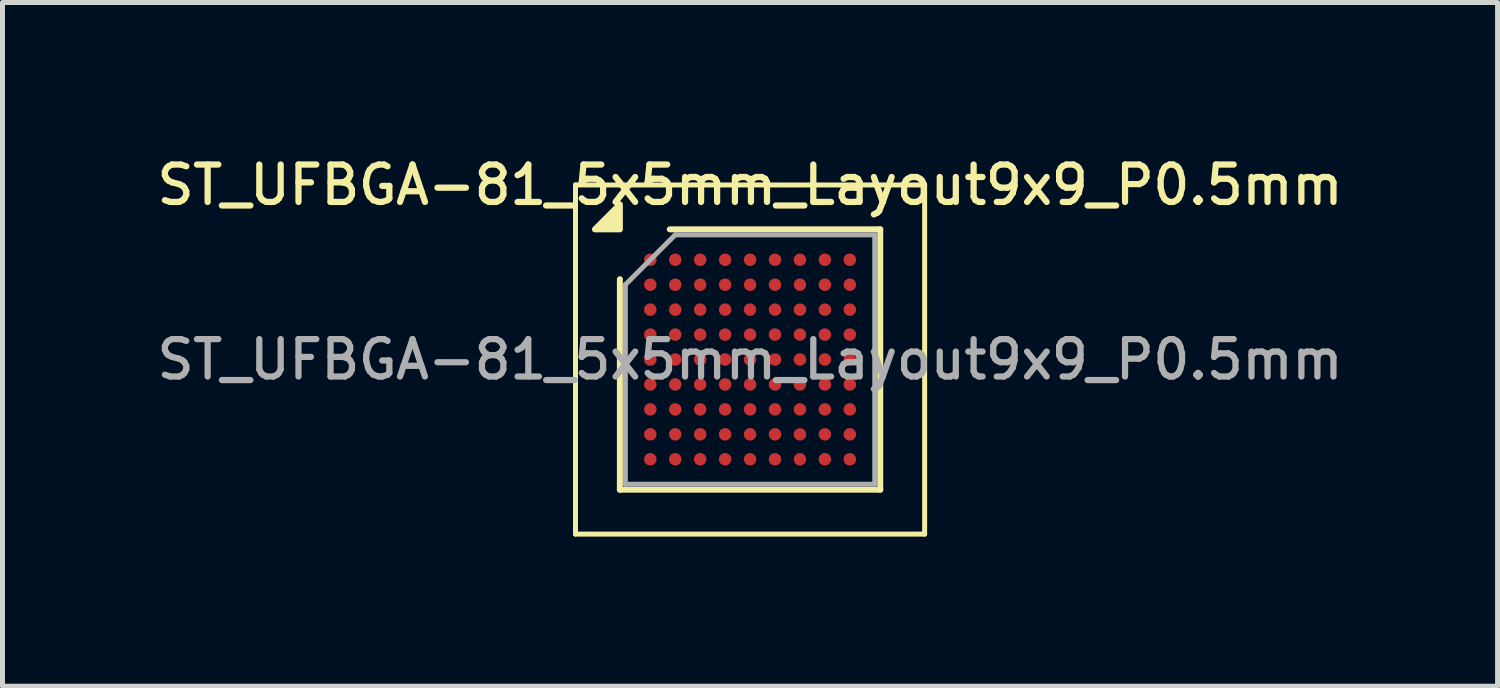
<source format=kicad_pcb>
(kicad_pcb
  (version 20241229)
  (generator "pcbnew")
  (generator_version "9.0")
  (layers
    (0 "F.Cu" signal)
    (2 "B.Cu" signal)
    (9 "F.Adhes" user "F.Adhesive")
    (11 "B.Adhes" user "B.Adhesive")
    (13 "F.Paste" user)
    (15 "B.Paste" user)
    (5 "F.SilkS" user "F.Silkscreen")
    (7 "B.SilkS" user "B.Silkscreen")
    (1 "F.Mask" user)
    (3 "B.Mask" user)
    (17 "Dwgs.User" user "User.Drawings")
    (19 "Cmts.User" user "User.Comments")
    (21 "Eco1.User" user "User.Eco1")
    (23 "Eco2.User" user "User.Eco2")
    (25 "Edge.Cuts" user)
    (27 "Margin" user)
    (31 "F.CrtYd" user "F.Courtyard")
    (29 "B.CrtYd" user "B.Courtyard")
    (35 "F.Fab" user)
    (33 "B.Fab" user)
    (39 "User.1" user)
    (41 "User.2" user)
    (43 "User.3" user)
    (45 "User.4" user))
  (footprint "ST_UFBGA-81_5x5mm_Layout9x9_P0.5mm"
    (layer "F.Cu")
    (at 11.988 4.158)
    (property "Reference" "ST_UFBGA-81_5x5mm_Layout9x9_P0.5mm" (at 0 -3.5 0) (layer "F.SilkS") (effects (font (size 0.75 0.75) (thickness 0.125))))
    (attr smd)
    (fp_line (start -3.5 -3.5) (end -3.5 3.5) (stroke (width 0.1) (type solid)) (layer "F.SilkS"))
    (fp_line (start -3.5 3.5) (end 3.5 3.5) (stroke (width 0.1) (type solid)) (layer "F.SilkS"))
    (fp_line (start -2.61 2.61) (end -2.61 -1.61) (stroke (width 0.12) (type solid)) (layer "F.SilkS"))
    (fp_line (start -1.61 -2.61) (end 2.61 -2.61) (stroke (width 0.12) (type solid)) (layer "F.SilkS"))
    (fp_line (start 2.61 -2.61) (end 2.61 2.61) (stroke (width 0.12) (type solid)) (layer "F.SilkS"))
    (fp_line (start 2.61 2.61) (end -2.61 2.61) (stroke (width 0.12) (type solid)) (layer "F.SilkS"))
    (fp_line (start 3.5 -3.5) (end -3.5 -3.5) (stroke (width 0.1) (type solid)) (layer "F.SilkS"))
    (fp_line (start 3.5 3.5) (end 3.5 -3.5) (stroke (width 0.1) (type solid)) (layer "F.SilkS"))
    (fp_poly (pts (xy -2.61 -2.61) (xy -3.11 -2.61) (xy -2.61 -3.11) (xy -2.61 -2.61)) (stroke (width 0.12) (type solid)) (fill yes) (layer "F.SilkS"))
    (fp_line (start -2.5 -1.5) (end -1.5 -2.5) (stroke (width 0.1) (type solid)) (layer "F.Fab"))
    (fp_line (start -2.5 2.5) (end -2.5 -1.5) (stroke (width 0.1) (type solid)) (layer "F.Fab"))
    (fp_line (start -1.5 -2.5) (end 2.5 -2.5) (stroke (width 0.1) (type solid)) (layer "F.Fab"))
    (fp_line (start 2.5 -2.5) (end 2.5 2.5) (stroke (width 0.1) (type solid)) (layer "F.Fab"))
    (fp_line (start 2.5 2.5) (end -2.5 2.5) (stroke (width 0.1) (type solid)) (layer "F.Fab"))
    (fp_text user "${REFERENCE}" (at 0 0 0) (layer "F.Fab") (effects (font (size 0.75 0.75) (thickness 0.125))))
    (pad "A1" smd circle (at -2 -2) (size 0.25 0.25) (property pad_prop_bga) (layers "F.Cu" "F.Mask" "F.Paste"))
    (pad "A2" smd circle (at -1.5 -2) (size 0.25 0.25) (property pad_prop_bga) (layers "F.Cu" "F.Mask" "F.Paste"))
    (pad "A3" smd circle (at -1 -2) (size 0.25 0.25) (property pad_prop_bga) (layers "F.Cu" "F.Mask" "F.Paste"))
    (pad "A4" smd circle (at -0.5 -2) (size 0.25 0.25) (property pad_prop_bga) (layers "F.Cu" "F.Mask" "F.Paste"))
    (pad "A5" smd circle (at 0 -2) (size 0.25 0.25) (property pad_prop_bga) (layers "F.Cu" "F.Mask" "F.Paste"))
    (pad "A6" smd circle (at 0.5 -2) (size 0.25 0.25) (property pad_prop_bga) (layers "F.Cu" "F.Mask" "F.Paste"))
    (pad "A7" smd circle (at 1 -2) (size 0.25 0.25) (property pad_prop_bga) (layers "F.Cu" "F.Mask" "F.Paste"))
    (pad "A8" smd circle (at 1.5 -2) (size 0.25 0.25) (property pad_prop_bga) (layers "F.Cu" "F.Mask" "F.Paste"))
    (pad "A9" smd circle (at 2 -2) (size 0.25 0.25) (property pad_prop_bga) (layers "F.Cu" "F.Mask" "F.Paste"))
    (pad "B1" smd circle (at -2 -1.5) (size 0.25 0.25) (property pad_prop_bga) (layers "F.Cu" "F.Mask" "F.Paste"))
    (pad "B2" smd circle (at -1.5 -1.5) (size 0.25 0.25) (property pad_prop_bga) (layers "F.Cu" "F.Mask" "F.Paste"))
    (pad "B3" smd circle (at -1 -1.5) (size 0.25 0.25) (property pad_prop_bga) (layers "F.Cu" "F.Mask" "F.Paste"))
    (pad "B4" smd circle (at -0.5 -1.5) (size 0.25 0.25) (property pad_prop_bga) (layers "F.Cu" "F.Mask" "F.Paste"))
    (pad "B5" smd circle (at 0 -1.5) (size 0.25 0.25) (property pad_prop_bga) (layers "F.Cu" "F.Mask" "F.Paste"))
    (pad "B6" smd circle (at 0.5 -1.5) (size 0.25 0.25) (property pad_prop_bga) (layers "F.Cu" "F.Mask" "F.Paste"))
    (pad "B7" smd circle (at 1 -1.5) (size 0.25 0.25) (property pad_prop_bga) (layers "F.Cu" "F.Mask" "F.Paste"))
    (pad "B8" smd circle (at 1.5 -1.5) (size 0.25 0.25) (property pad_prop_bga) (layers "F.Cu" "F.Mask" "F.Paste"))
    (pad "B9" smd circle (at 2 -1.5) (size 0.25 0.25) (property pad_prop_bga) (layers "F.Cu" "F.Mask" "F.Paste"))
    (pad "C1" smd circle (at -2 -1) (size 0.25 0.25) (property pad_prop_bga) (layers "F.Cu" "F.Mask" "F.Paste"))
    (pad "C2" smd circle (at -1.5 -1) (size 0.25 0.25) (property pad_prop_bga) (layers "F.Cu" "F.Mask" "F.Paste"))
    (pad "C3" smd circle (at -1 -1) (size 0.25 0.25) (property pad_prop_bga) (layers "F.Cu" "F.Mask" "F.Paste"))
    (pad "C4" smd circle (at -0.5 -1) (size 0.25 0.25) (property pad_prop_bga) (layers "F.Cu" "F.Mask" "F.Paste"))
    (pad "C5" smd circle (at 0 -1) (size 0.25 0.25) (property pad_prop_bga) (layers "F.Cu" "F.Mask" "F.Paste"))
    (pad "C6" smd circle (at 0.5 -1) (size 0.25 0.25) (property pad_prop_bga) (layers "F.Cu" "F.Mask" "F.Paste"))
    (pad "C7" smd circle (at 1 -1) (size 0.25 0.25) (property pad_prop_bga) (layers "F.Cu" "F.Mask" "F.Paste"))
    (pad "C8" smd circle (at 1.5 -1) (size 0.25 0.25) (property pad_prop_bga) (layers "F.Cu" "F.Mask" "F.Paste"))
    (pad "C9" smd circle (at 2 -1) (size 0.25 0.25) (property pad_prop_bga) (layers "F.Cu" "F.Mask" "F.Paste"))
    (pad "D1" smd circle (at -2 -0.5) (size 0.25 0.25) (property pad_prop_bga) (layers "F.Cu" "F.Mask" "F.Paste"))
    (pad "D2" smd circle (at -1.5 -0.5) (size 0.25 0.25) (property pad_prop_bga) (layers "F.Cu" "F.Mask" "F.Paste"))
    (pad "D3" smd circle (at -1 -0.5) (size 0.25 0.25) (property pad_prop_bga) (layers "F.Cu" "F.Mask" "F.Paste"))
    (pad "D4" smd circle (at -0.5 -0.5) (size 0.25 0.25) (property pad_prop_bga) (layers "F.Cu" "F.Mask" "F.Paste"))
    (pad "D5" smd circle (at 0 -0.5) (size 0.25 0.25) (property pad_prop_bga) (layers "F.Cu" "F.Mask" "F.Paste"))
    (pad "D6" smd circle (at 0.5 -0.5) (size 0.25 0.25) (property pad_prop_bga) (layers "F.Cu" "F.Mask" "F.Paste"))
    (pad "D7" smd circle (at 1 -0.5) (size 0.25 0.25) (property pad_prop_bga) (layers "F.Cu" "F.Mask" "F.Paste"))
    (pad "D8" smd circle (at 1.5 -0.5) (size 0.25 0.25) (property pad_prop_bga) (layers "F.Cu" "F.Mask" "F.Paste"))
    (pad "D9" smd circle (at 2 -0.5) (size 0.25 0.25) (property pad_prop_bga) (layers "F.Cu" "F.Mask" "F.Paste"))
    (pad "E1" smd circle (at -2 0) (size 0.25 0.25) (property pad_prop_bga) (layers "F.Cu" "F.Mask" "F.Paste"))
    (pad "E2" smd circle (at -1.5 0) (size 0.25 0.25) (property pad_prop_bga) (layers "F.Cu" "F.Mask" "F.Paste"))
    (pad "E3" smd circle (at -1 0) (size 0.25 0.25) (property pad_prop_bga) (layers "F.Cu" "F.Mask" "F.Paste"))
    (pad "E4" smd circle (at -0.5 0) (size 0.25 0.25) (property pad_prop_bga) (layers "F.Cu" "F.Mask" "F.Paste"))
    (pad "E5" smd circle (at 0 0) (size 0.25 0.25) (property pad_prop_bga) (layers "F.Cu" "F.Mask" "F.Paste"))
    (pad "E6" smd circle (at 0.5 0) (size 0.25 0.25) (property pad_prop_bga) (layers "F.Cu" "F.Mask" "F.Paste"))
    (pad "E7" smd circle (at 1 0) (size 0.25 0.25) (property pad_prop_bga) (layers "F.Cu" "F.Mask" "F.Paste"))
    (pad "E8" smd circle (at 1.5 0) (size 0.25 0.25) (property pad_prop_bga) (layers "F.Cu" "F.Mask" "F.Paste"))
    (pad "E9" smd circle (at 2 0) (size 0.25 0.25) (property pad_prop_bga) (layers "F.Cu" "F.Mask" "F.Paste"))
    (pad "F1" smd circle (at -2 0.5) (size 0.25 0.25) (property pad_prop_bga) (layers "F.Cu" "F.Mask" "F.Paste"))
    (pad "F2" smd circle (at -1.5 0.5) (size 0.25 0.25) (property pad_prop_bga) (layers "F.Cu" "F.Mask" "F.Paste"))
    (pad "F3" smd circle (at -1 0.5) (size 0.25 0.25) (property pad_prop_bga) (layers "F.Cu" "F.Mask" "F.Paste"))
    (pad "F4" smd circle (at -0.5 0.5) (size 0.25 0.25) (property pad_prop_bga) (layers "F.Cu" "F.Mask" "F.Paste"))
    (pad "F5" smd circle (at 0 0.5) (size 0.25 0.25) (property pad_prop_bga) (layers "F.Cu" "F.Mask" "F.Paste"))
    (pad "F6" smd circle (at 0.5 0.5) (size 0.25 0.25) (property pad_prop_bga) (layers "F.Cu" "F.Mask" "F.Paste"))
    (pad "F7" smd circle (at 1 0.5) (size 0.25 0.25) (property pad_prop_bga) (layers "F.Cu" "F.Mask" "F.Paste"))
    (pad "F8" smd circle (at 1.5 0.5) (size 0.25 0.25) (property pad_prop_bga) (layers "F.Cu" "F.Mask" "F.Paste"))
    (pad "F9" smd circle (at 2 0.5) (size 0.25 0.25) (property pad_prop_bga) (layers "F.Cu" "F.Mask" "F.Paste"))
    (pad "G1" smd circle (at -2 1) (size 0.25 0.25) (property pad_prop_bga) (layers "F.Cu" "F.Mask" "F.Paste"))
    (pad "G2" smd circle (at -1.5 1) (size 0.25 0.25) (property pad_prop_bga) (layers "F.Cu" "F.Mask" "F.Paste"))
    (pad "G3" smd circle (at -1 1) (size 0.25 0.25) (property pad_prop_bga) (layers "F.Cu" "F.Mask" "F.Paste"))
    (pad "G4" smd circle (at -0.5 1) (size 0.25 0.25) (property pad_prop_bga) (layers "F.Cu" "F.Mask" "F.Paste"))
    (pad "G5" smd circle (at 0 1) (size 0.25 0.25) (property pad_prop_bga) (layers "F.Cu" "F.Mask" "F.Paste"))
    (pad "G6" smd circle (at 0.5 1) (size 0.25 0.25) (property pad_prop_bga) (layers "F.Cu" "F.Mask" "F.Paste"))
    (pad "G7" smd circle (at 1 1) (size 0.25 0.25) (property pad_prop_bga) (layers "F.Cu" "F.Mask" "F.Paste"))
    (pad "G8" smd circle (at 1.5 1) (size 0.25 0.25) (property pad_prop_bga) (layers "F.Cu" "F.Mask" "F.Paste"))
    (pad "G9" smd circle (at 2 1) (size 0.25 0.25) (property pad_prop_bga) (layers "F.Cu" "F.Mask" "F.Paste"))
    (pad "H1" smd circle (at -2 1.5) (size 0.25 0.25) (property pad_prop_bga) (layers "F.Cu" "F.Mask" "F.Paste"))
    (pad "H2" smd circle (at -1.5 1.5) (size 0.25 0.25) (property pad_prop_bga) (layers "F.Cu" "F.Mask" "F.Paste"))
    (pad "H3" smd circle (at -1 1.5) (size 0.25 0.25) (property pad_prop_bga) (layers "F.Cu" "F.Mask" "F.Paste"))
    (pad "H4" smd circle (at -0.5 1.5) (size 0.25 0.25) (property pad_prop_bga) (layers "F.Cu" "F.Mask" "F.Paste"))
    (pad "H5" smd circle (at 0 1.5) (size 0.25 0.25) (property pad_prop_bga) (layers "F.Cu" "F.Mask" "F.Paste"))
    (pad "H6" smd circle (at 0.5 1.5) (size 0.25 0.25) (property pad_prop_bga) (layers "F.Cu" "F.Mask" "F.Paste"))
    (pad "H7" smd circle (at 1 1.5) (size 0.25 0.25) (property pad_prop_bga) (layers "F.Cu" "F.Mask" "F.Paste"))
    (pad "H8" smd circle (at 1.5 1.5) (size 0.25 0.25) (property pad_prop_bga) (layers "F.Cu" "F.Mask" "F.Paste"))
    (pad "H9" smd circle (at 2 1.5) (size 0.25 0.25) (property pad_prop_bga) (layers "F.Cu" "F.Mask" "F.Paste"))
    (pad "J1" smd circle (at -2 2) (size 0.25 0.25) (property pad_prop_bga) (layers "F.Cu" "F.Mask" "F.Paste"))
    (pad "J2" smd circle (at -1.5 2) (size 0.25 0.25) (property pad_prop_bga) (layers "F.Cu" "F.Mask" "F.Paste"))
    (pad "J3" smd circle (at -1 2) (size 0.25 0.25) (property pad_prop_bga) (layers "F.Cu" "F.Mask" "F.Paste"))
    (pad "J4" smd circle (at -0.5 2) (size 0.25 0.25) (property pad_prop_bga) (layers "F.Cu" "F.Mask" "F.Paste"))
    (pad "J5" smd circle (at 0 2) (size 0.25 0.25) (property pad_prop_bga) (layers "F.Cu" "F.Mask" "F.Paste"))
    (pad "J6" smd circle (at 0.5 2) (size 0.25 0.25) (property pad_prop_bga) (layers "F.Cu" "F.Mask" "F.Paste"))
    (pad "J7" smd circle (at 1 2) (size 0.25 0.25) (property pad_prop_bga) (layers "F.Cu" "F.Mask" "F.Paste"))
    (pad "J8" smd circle (at 1.5 2) (size 0.25 0.25) (property pad_prop_bga) (layers "F.Cu" "F.Mask" "F.Paste"))
    (pad "J9" smd circle (at 2 2) (size 0.25 0.25) (property pad_prop_bga) (layers "F.Cu" "F.Mask" "F.Paste")))
  (gr_rect
    (start -3 -3)
    (end 26.975 10.708)
    (stroke (width 0.1) (type default))
    (fill no)
    (layer "Edge.Cuts")))
</source>
